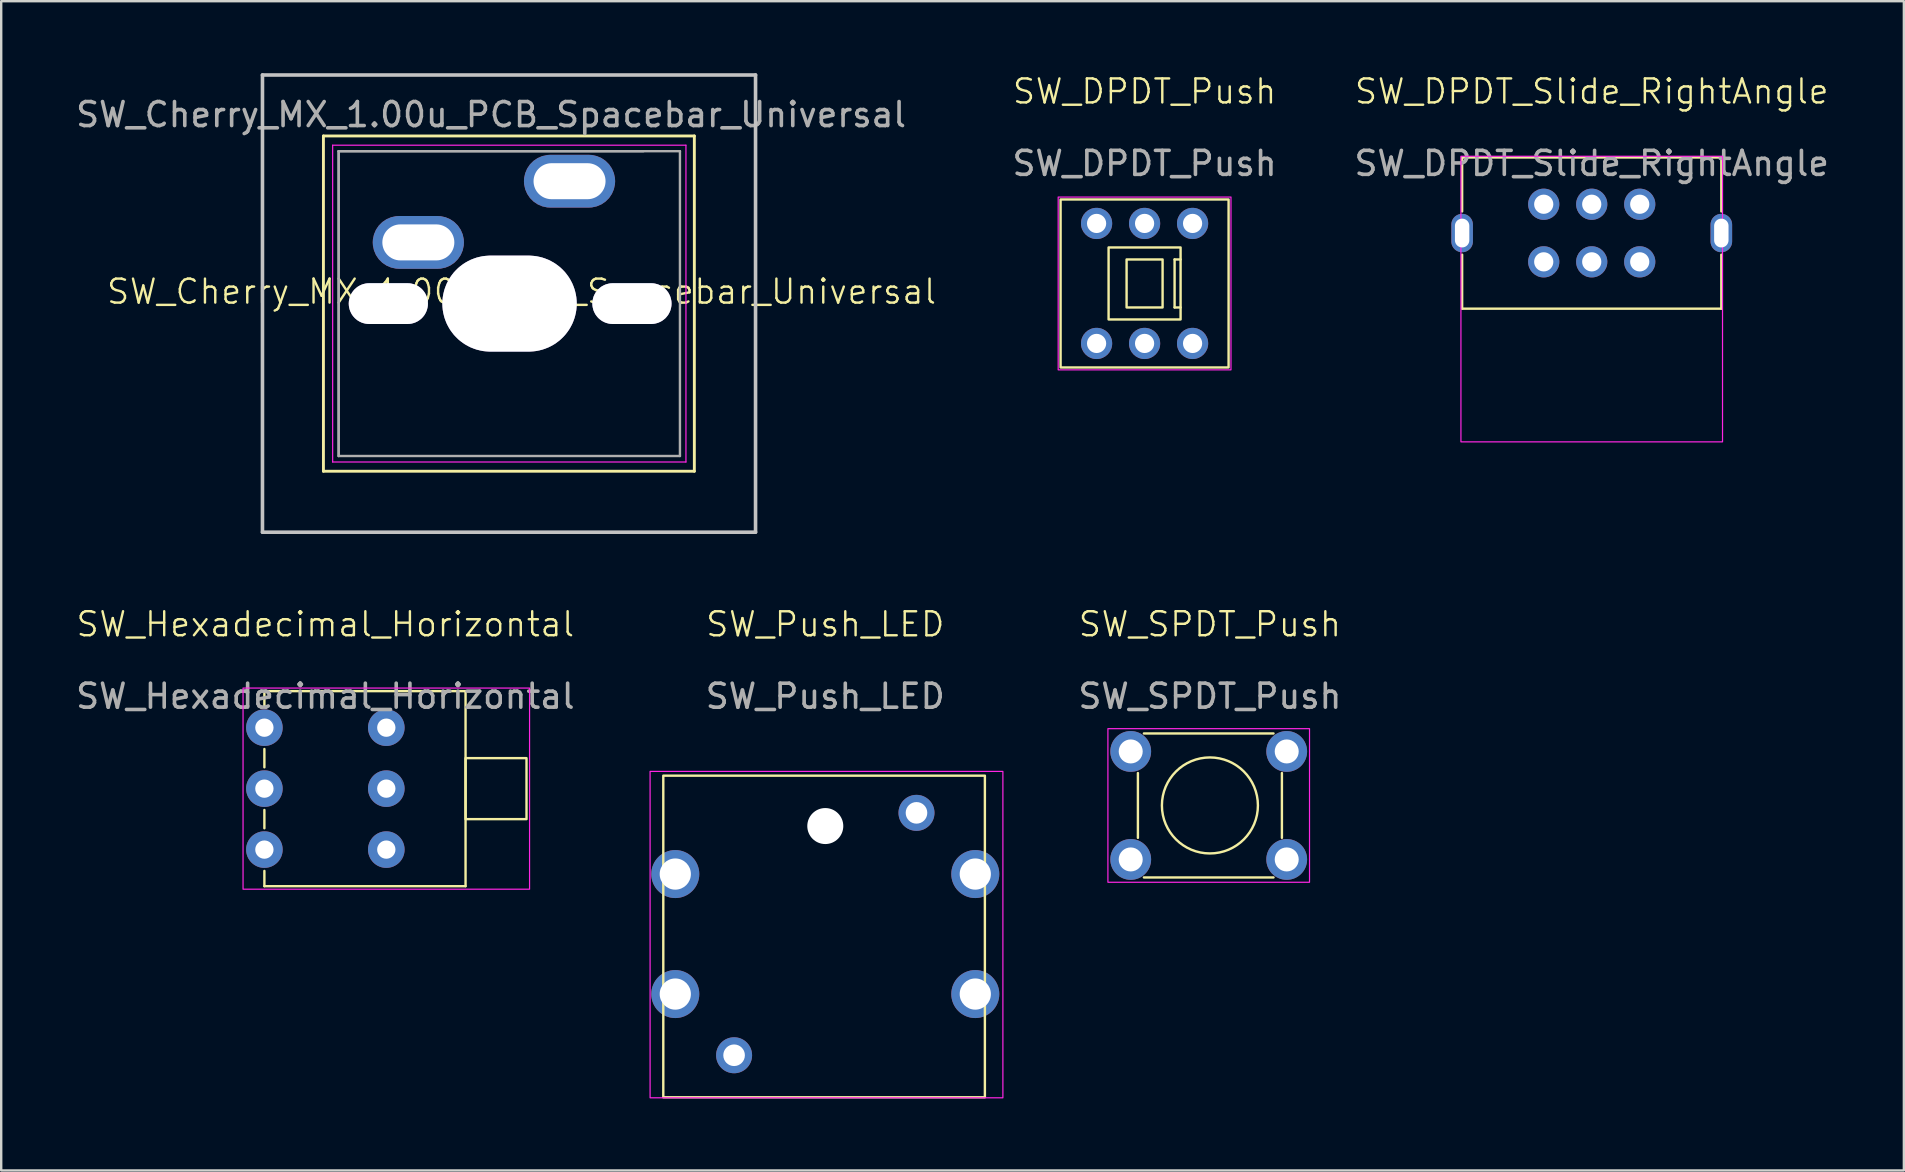
<source format=kicad_pcb>
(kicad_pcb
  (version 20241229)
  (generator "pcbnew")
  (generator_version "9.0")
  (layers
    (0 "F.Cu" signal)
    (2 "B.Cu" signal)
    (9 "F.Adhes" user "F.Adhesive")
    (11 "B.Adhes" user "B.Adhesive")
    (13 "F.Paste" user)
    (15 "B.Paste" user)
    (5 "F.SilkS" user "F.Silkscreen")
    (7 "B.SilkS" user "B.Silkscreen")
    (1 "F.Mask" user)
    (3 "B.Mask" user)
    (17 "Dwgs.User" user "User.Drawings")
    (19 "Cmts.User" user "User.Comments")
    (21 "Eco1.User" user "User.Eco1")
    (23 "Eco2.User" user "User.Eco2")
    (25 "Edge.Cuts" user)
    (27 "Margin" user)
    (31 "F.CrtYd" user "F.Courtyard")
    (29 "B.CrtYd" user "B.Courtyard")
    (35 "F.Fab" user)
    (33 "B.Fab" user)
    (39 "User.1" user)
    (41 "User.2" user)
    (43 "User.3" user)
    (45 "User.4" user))
  (footprint "SW_Cherry_MX_1.00u_PCB_Spacebar_Universal"
    (layer "F.Cu")
    (at 18.681 9.6)
    (property "Reference" "SW_Cherry_MX_1.00u_PCB_Spacebar_Universal" (at 0 -0.5 0) (unlocked yes) (layer "F.SilkS") (effects (font (size 1 1) (thickness 0.1))))
    (attr through_hole)
    (fp_line (start -8.255 -6.985) (end 7.2 -6.985) (stroke (width 0.12) (type solid)) (layer "F.SilkS"))
    (fp_line (start -8.255 6.985) (end -8.255 -6.985) (stroke (width 0.12) (type solid)) (layer "F.SilkS"))
    (fp_line (start 7.2 -6.985) (end 7.2 6.985) (stroke (width 0.12) (type solid)) (layer "F.SilkS"))
    (fp_line (start 7.2 6.985) (end -8.255 6.985) (stroke (width 0.12) (type solid)) (layer "F.SilkS"))
    (fp_line (start -10.795 -9.525) (end 9.75 -9.525) (stroke (width 0.15) (type solid)) (layer "Dwgs.User"))
    (fp_line (start -10.795 9.525) (end -10.795 -9.525) (stroke (width 0.15) (type solid)) (layer "Dwgs.User"))
    (fp_line (start 9.75 -9.525) (end 9.75 9.525) (stroke (width 0.15) (type solid)) (layer "Dwgs.User"))
    (fp_line (start 9.75 9.525) (end -10.795 9.525) (stroke (width 0.15) (type solid)) (layer "Dwgs.User"))
    (fp_line (start -7.87 -6.6) (end 6.85 -6.6) (stroke (width 0.05) (type solid)) (layer "F.CrtYd"))
    (fp_line (start -7.87 6.6) (end -7.87 -6.6) (stroke (width 0.05) (type solid)) (layer "F.CrtYd"))
    (fp_line (start 6.85 -6.6) (end 6.85 6.6) (stroke (width 0.05) (type solid)) (layer "F.CrtYd"))
    (fp_line (start 6.85 6.6) (end -7.87 6.6) (stroke (width 0.05) (type solid)) (layer "F.CrtYd"))
    (fp_line (start -7.62 -6.35) (end 5.08 -6.35) (stroke (width 0.1) (type solid)) (layer "F.Fab"))
    (fp_line (start -7.62 -6.35) (end 6.6 -6.35) (stroke (width 0.1) (type solid)) (layer "F.Fab"))
    (fp_line (start -7.62 6.35) (end -7.62 -6.35) (stroke (width 0.1) (type solid)) (layer "F.Fab"))
    (fp_line (start -7.62 6.35) (end -7.62 -6.35) (stroke (width 0.1) (type solid)) (layer "F.Fab"))
    (fp_line (start 6.6 -6.35) (end 6.6 6.35) (stroke (width 0.1) (type solid)) (layer "F.Fab"))
    (fp_line (start 6.6 6.35) (end -7.62 6.35) (stroke (width 0.1) (type solid)) (layer "F.Fab"))
    (fp_text user "${REFERENCE}" (at -1.27 -7.874 0) (layer "F.Fab") (effects (font (size 1 1) (thickness 0.15))))
    (pad "" np_thru_hole roundrect (at -5.55 0) (size 3.3 1.7) (drill oval 3.3 1.7) (layers "*.Cu" "*.Mask") (roundrect_rratio 0.5))
    (pad "" np_thru_hole roundrect (at -0.5 0) (size 5.6 4) (drill oval 5.6 4) (layers "*.Cu" "*.Mask") (roundrect_rratio 0.5))
    (pad "" np_thru_hole roundrect (at 4.6 0) (size 3.3 1.7) (drill oval 3.3 1.7) (layers "*.Cu" "*.Mask") (roundrect_rratio 0.5))
    (pad "1" thru_hole roundrect (at 2 -5.1) (size 3.8 2.2) (drill oval 3 1.5) (layers "*.Cu" "*.Mask") (roundrect_rratio 0.5))
    (pad "2" thru_hole roundrect (at -4.3 -2.55) (size 3.8 2.2) (drill oval 3 1.5) (layers "*.Cu" "*.Mask") (roundrect_rratio 0.5)))
  (footprint "SW_DPDT_Slide_RightAngle"
    (layer "F.Cu")
    (at 63.272 1.26)
    (property "Reference" "SW_DPDT_Slide_RightAngle" (at 0 -0.5 0) (unlocked yes) (layer "F.SilkS") (effects (font (size 1 1) (thickness 0.1))))
    (attr through_hole)
    (fp_line (start -5.4 2.25) (end -5.4 4.5) (stroke (width 0.1) (type default)) (layer "F.SilkS"))
    (fp_line (start -5.4 6.3) (end -5.4 8.55) (stroke (width 0.1) (type default)) (layer "F.SilkS"))
    (fp_line (start -5.4 8.55) (end 5.4 8.55) (stroke (width 0.1) (type default)) (layer "F.SilkS"))
    (fp_line (start 5.4 2.25) (end -5.4 2.25) (stroke (width 0.1) (type default)) (layer "F.SilkS"))
    (fp_line (start 5.4 4.5) (end 5.4 2.25) (stroke (width 0.1) (type default)) (layer "F.SilkS"))
    (fp_line (start 5.4 8.55) (end 5.4 6.3) (stroke (width 0.1) (type default)) (layer "F.SilkS"))
    (fp_rect (start -5.45 2.2) (end 5.45 14.1) (stroke (width 0.05) (type default)) (fill no) (layer "F.CrtYd"))
    (fp_text user "${REFERENCE}" (at 0 2.5 0) (unlocked yes) (layer "F.Fab") (effects (font (size 1 1) (thickness 0.15))))
    (pad "" thru_hole oval (at -5.4 5.4) (size 0.9 1.6) (drill oval 0.6 1.2) (layers "*.Cu" "*.Mask"))
    (pad "" thru_hole oval (at 5.4 5.4) (size 0.9 1.6) (drill oval 0.6 1.2) (layers "*.Cu" "*.Mask"))
    (pad "1" thru_hole circle (at -2 4.2) (size 1.3 1.3) (drill 0.8) (layers "*.Cu" "*.Mask"))
    (pad "2" thru_hole circle (at 0 4.2) (size 1.3 1.3) (drill 0.8) (layers "*.Cu" "*.Mask"))
    (pad "3" thru_hole circle (at 2 4.2) (size 1.3 1.3) (drill 0.8) (layers "*.Cu" "*.Mask"))
    (pad "4" thru_hole circle (at -2 6.6) (size 1.3 1.3) (drill 0.8) (layers "*.Cu" "*.Mask"))
    (pad "5" thru_hole circle (at 0 6.6) (size 1.3 1.3) (drill 0.8) (layers "*.Cu" "*.Mask"))
    (pad "6" thru_hole circle (at 2 6.6) (size 1.3 1.3) (drill 0.8) (layers "*.Cu" "*.Mask")))
  (footprint "SW_SPDT_Push"
    (layer "F.Cu")
    (at 47.363 23.46)
    (property "Reference" "SW_SPDT_Push" (at 0 -0.5 0) (unlocked yes) (layer "F.SilkS") (effects (font (size 1 1) (thickness 0.1))))
    (attr through_hole)
    (fp_line (start -3 5.7) (end -3 8.4) (stroke (width 0.1) (type default)) (layer "F.SilkS"))
    (fp_line (start -2.75 4.05) (end 2.65 4.05) (stroke (width 0.1) (type default)) (layer "F.SilkS"))
    (fp_line (start -2.75 10.05) (end 2.65 10.05) (stroke (width 0.1) (type default)) (layer "F.SilkS"))
    (fp_line (start 3 8.4) (end 3 5.7) (stroke (width 0.1) (type default)) (layer "F.SilkS"))
    (fp_circle (center 0 7.05) (end 2 7.05) (stroke (width 0.1) (type default)) (fill no) (layer "F.SilkS"))
    (fp_rect (start -4.25 3.85) (end 4.15 10.25) (stroke (width 0.05) (type default)) (fill no) (layer "F.CrtYd"))
    (fp_text user "${REFERENCE}" (at 0 2.5 0) (unlocked yes) (layer "F.Fab") (effects (font (size 1 1) (thickness 0.15))))
    (pad "1" thru_hole circle (at -3.3 4.8) (size 1.7 1.7) (drill 1) (layers "*.Cu" "*.Mask"))
    (pad "2" thru_hole circle (at 3.2 4.8) (size 1.7 1.7) (drill 1) (layers "*.Cu" "*.Mask"))
    (pad "3" thru_hole circle (at -3.3 9.3) (size 1.7 1.7) (drill 1) (layers "*.Cu" "*.Mask"))
    (pad "4" thru_hole circle (at 3.2 9.3) (size 1.7 1.7) (drill 1) (layers "*.Cu" "*.Mask")))
  (footprint "SW_Push_LED"
    (layer "F.Cu")
    (at 31.337 35.891)
    (property "Reference" "SW_Push_LED" (at 0 -12.93 0) (unlocked yes) (layer "F.SilkS") (effects (font (size 1 1) (thickness 0.1))))
    (attr through_hole)
    (fp_rect (start -6.75 -6.622) (end 6.65 6.778) (stroke (width 0.1) (type default)) (fill no) (layer "F.SilkS"))
    (fp_rect (start -7.3 -6.8) (end 7.4 6.8) (stroke (width 0.05) (type default)) (fill no) (layer "F.CrtYd"))
    (fp_text user "${REFERENCE}" (at 0 -9.93 0) (unlocked yes) (layer "F.Fab") (effects (font (size 1 1) (thickness 0.15))))
    (pad "" np_thru_hole circle (at 0 -4.522) (size 1.5 1.5) (drill 2) (layers "*.Cu" "*.Mask"))
    (pad "1" thru_hole circle (at -6.25 -2.522) (size 2 2) (drill 1.3) (layers "*.Cu" "*.Mask"))
    (pad "2" thru_hole circle (at 6.25 -2.522) (size 2 2) (drill 1.3) (layers "*.Cu" "*.Mask"))
    (pad "3" thru_hole circle (at -6.25 2.478) (size 2 2) (drill 1.3) (layers "*.Cu" "*.Mask"))
    (pad "4" thru_hole circle (at 6.25 2.478) (size 2 2) (drill 1.3) (layers "*.Cu" "*.Mask"))
    (pad "5" thru_hole circle (at -3.8 5.028) (size 1.5 1.5) (drill 0.9) (layers "*.Cu" "*.Mask"))
    (pad "6" thru_hole circle (at 3.8 -5.072) (size 1.5 1.5) (drill 0.9) (layers "*.Cu" "*.Mask")))
  (footprint "SW_Hexadecimal_Horizontal"
    (layer "F.Cu")
    (at 10.506 23.46)
    (property "Reference" "SW_Hexadecimal_Horizontal" (at 0 -0.5 0) (unlocked yes) (layer "F.SilkS") (effects (font (size 1 1) (thickness 0.1))))
    (attr through_hole)
    (fp_line (start -2.54 2.286) (end 5.842 2.286) (stroke (width 0.1) (type default)) (layer "F.SilkS"))
    (fp_line (start -2.54 2.921) (end -2.54 2.286) (stroke (width 0.1) (type default)) (layer "F.SilkS"))
    (fp_line (start -2.54 5.461) (end -2.54 4.699) (stroke (width 0.1) (type default)) (layer "F.SilkS"))
    (fp_line (start -2.54 7.239) (end -2.54 8.001) (stroke (width 0.1) (type default)) (layer "F.SilkS"))
    (fp_line (start -2.54 10.414) (end -2.54 9.779) (stroke (width 0.1) (type default)) (layer "F.SilkS"))
    (fp_line (start 5.842 2.286) (end 5.842 10.414) (stroke (width 0.1) (type default)) (layer "F.SilkS"))
    (fp_line (start 5.842 10.414) (end -2.54 10.414) (stroke (width 0.1) (type default)) (layer "F.SilkS"))
    (fp_rect (start 5.842 5.08) (end 8.382 7.62) (stroke (width 0.1) (type default)) (fill no) (layer "F.SilkS"))
    (fp_rect (start -3.429 2.159) (end 8.509 10.541) (stroke (width 0.05) (type default)) (fill no) (layer "F.CrtYd"))
    (fp_text user "${REFERENCE}" (at 0 2.5 0) (unlocked yes) (layer "F.Fab") (effects (font (size 1 1) (thickness 0.15))))
    (pad "1" thru_hole circle (at -2.54 6.35) (size 1.524 1.524) (drill 0.762) (layers "*.Cu" "*.Mask"))
    (pad "1" thru_hole circle (at 2.54 6.35) (size 1.524 1.524) (drill 0.762) (layers "*.Cu" "*.Mask"))
    (pad "2" thru_hole circle (at -2.54 3.81) (size 1.524 1.524) (drill 0.762) (layers "*.Cu" "*.Mask"))
    (pad "3" thru_hole circle (at 2.54 8.89) (size 1.524 1.524) (drill 0.762) (layers "*.Cu" "*.Mask"))
    (pad "4" thru_hole circle (at -2.54 8.89) (size 1.524 1.524) (drill 0.762) (layers "*.Cu" "*.Mask"))
    (pad "5" thru_hole circle (at 2.54 3.81) (size 1.524 1.524) (drill 0.762) (layers "*.Cu" "*.Mask")))
  (footprint "SW_DPDT_Push"
    (layer "F.Cu")
    (at 44.641 1.26)
    (property "Reference" "SW_DPDT_Push" (at 0 -0.5 0) (unlocked yes) (layer "F.SilkS") (effects (font (size 1 1) (thickness 0.1))))
    (attr through_hole)
    (fp_line (start 1.25 6.5) (end 1.25 8.5) (stroke (width 0.1) (type default)) (layer "F.SilkS"))
    (fp_line (start 1.25 8.5) (end 1.5 8.5) (stroke (width 0.1) (type default)) (layer "F.SilkS"))
    (fp_line (start 1.5 6.5) (end 1.25 6.5) (stroke (width 0.1) (type default)) (layer "F.SilkS"))
    (fp_rect (start -3.5 4) (end 3.5 11) (stroke (width 0.1) (type default)) (fill no) (layer "F.SilkS"))
    (fp_rect (start -1.5 6) (end 1.5 9) (stroke (width 0.1) (type default)) (fill no) (layer "F.SilkS"))
    (fp_rect (start -0.75 6.5) (end 0.75 8.5) (stroke (width 0.1) (type default)) (fill no) (layer "F.SilkS"))
    (fp_rect (start -3.6 3.9) (end 3.6 11.1) (stroke (width 0.05) (type default)) (fill no) (layer "F.CrtYd"))
    (fp_text user "${REFERENCE}" (at 0 2.5 0) (unlocked yes) (layer "F.Fab") (effects (font (size 1 1) (thickness 0.15))))
    (pad "1" thru_hole circle (at -2 5) (size 1.3 1.3) (drill 0.8) (layers "*.Cu" "*.Mask"))
    (pad "2" thru_hole circle (at 0 5) (size 1.3 1.3) (drill 0.8) (layers "*.Cu" "*.Mask"))
    (pad "3" thru_hole circle (at 2 5) (size 1.3 1.3) (drill 0.8) (layers "*.Cu" "*.Mask"))
    (pad "4" thru_hole circle (at -2 10) (size 1.3 1.3) (drill 0.8) (layers "*.Cu" "*.Mask"))
    (pad "5" thru_hole circle (at 0 10) (size 1.3 1.3) (drill 0.8) (layers "*.Cu" "*.Mask"))
    (pad "6" thru_hole circle (at 2 10) (size 1.3 1.3) (drill 0.8) (layers "*.Cu" "*.Mask")))
  (gr_rect
    (start -3 -3)
    (end 76.278 45.719)
    (stroke (width 0.1) (type default))
    (fill no)
    (layer "Edge.Cuts")))
</source>
